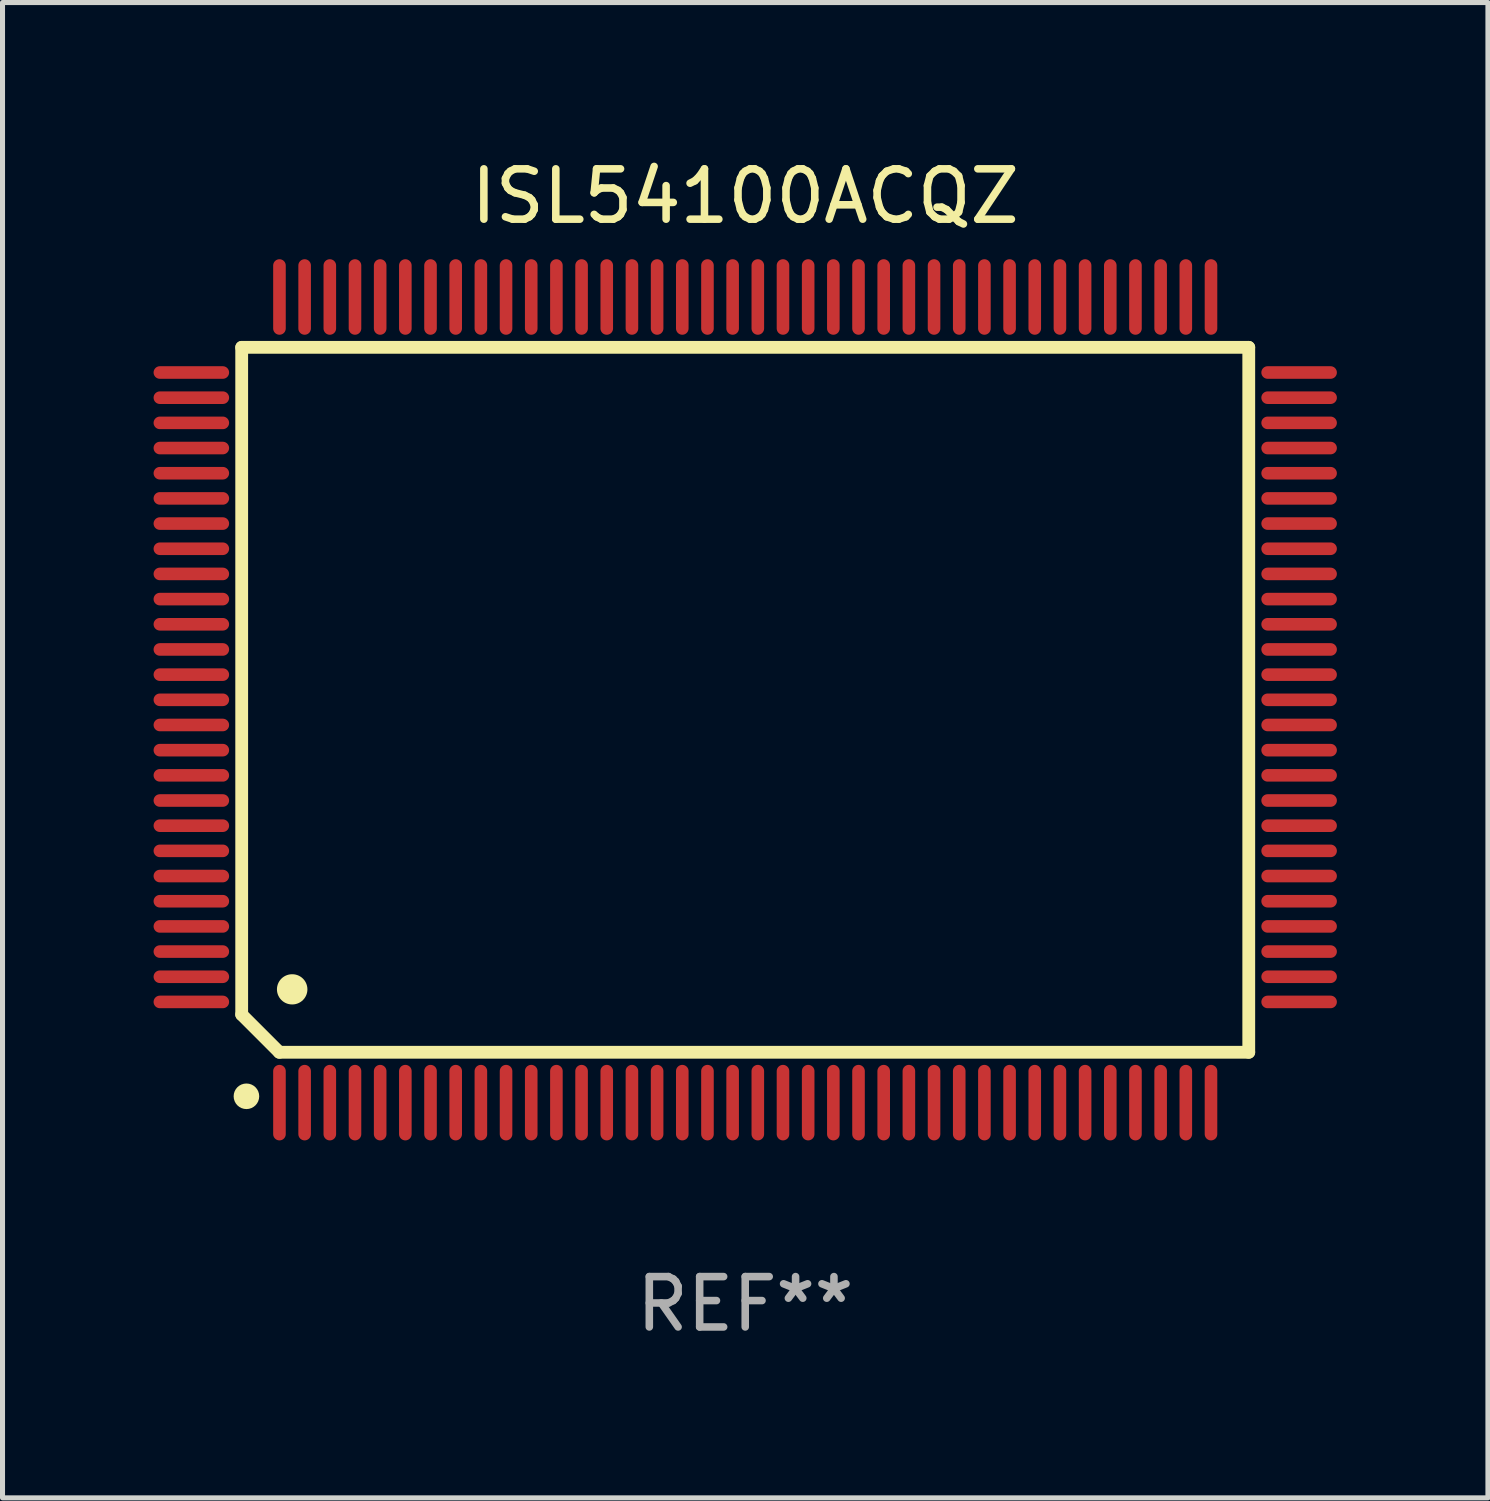
<source format=kicad_pcb>
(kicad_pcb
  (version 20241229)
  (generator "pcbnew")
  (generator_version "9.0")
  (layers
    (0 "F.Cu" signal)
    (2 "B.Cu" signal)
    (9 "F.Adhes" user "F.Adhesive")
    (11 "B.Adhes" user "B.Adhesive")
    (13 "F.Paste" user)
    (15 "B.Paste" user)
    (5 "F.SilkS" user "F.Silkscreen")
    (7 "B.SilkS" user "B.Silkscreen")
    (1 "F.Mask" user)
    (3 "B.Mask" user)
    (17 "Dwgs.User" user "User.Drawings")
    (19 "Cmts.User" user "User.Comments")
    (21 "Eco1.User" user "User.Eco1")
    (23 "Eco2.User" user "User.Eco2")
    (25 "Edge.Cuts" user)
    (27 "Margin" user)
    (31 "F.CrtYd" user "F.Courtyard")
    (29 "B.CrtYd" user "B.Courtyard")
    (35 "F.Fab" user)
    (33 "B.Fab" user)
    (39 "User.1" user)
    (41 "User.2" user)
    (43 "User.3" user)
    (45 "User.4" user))
  (footprint "ISL54100ACQZ"
    (layer "F.Cu")
    (at 11.75 10.848)
    (property "Reference" "ISL54100ACQZ" (at 0 -10 0) (layer "F.SilkS") (effects (font (size 1 1) (thickness 0.15))))
    (attr through_hole)
    (fp_line (start -10 -7) (end -10 6.25) (stroke (width 0.254) (type solid)) (layer "F.SilkS"))
    (fp_line (start -10 -7) (end 10 -7) (stroke (width 0.254) (type solid)) (layer "F.SilkS"))
    (fp_line (start -9.252 7) (end -10 6.252) (stroke (width 0.254) (type solid)) (layer "F.SilkS"))
    (fp_line (start 10 -7) (end 10 7) (stroke (width 0.254) (type solid)) (layer "F.SilkS"))
    (fp_line (start 10 7) (end -9.252 7) (stroke (width 0.254) (type solid)) (layer "F.SilkS"))
    (fp_arc (start -9.000025 5.750013) (mid -8.997485 5.750002) (end -8.994945 5.750013) (stroke (width 0.6) (type solid)) (layer "F.SilkS"))
    (fp_circle (center -9.906 7.874) (end -9.779 7.874) (stroke (width 0.254) (type solid)) (fill no) (layer "F.SilkS"))
    (fp_text user "REF**" (at 0 12 0) (layer "F.Fab") (effects (font (size 1 1) (thickness 0.15))))
    (pad "1" smd oval (at -9.25 8) (size 0.25 1.5) (layers "F.Cu" "F.Mask" "F.Paste"))
    (pad "2" smd oval (at -8.75 8) (size 0.25 1.5) (layers "F.Cu" "F.Mask" "F.Paste"))
    (pad "3" smd oval (at -8.25 8) (size 0.25 1.5) (layers "F.Cu" "F.Mask" "F.Paste"))
    (pad "4" smd oval (at -7.75 8) (size 0.25 1.5) (layers "F.Cu" "F.Mask" "F.Paste"))
    (pad "5" smd oval (at -7.25 8) (size 0.25 1.5) (layers "F.Cu" "F.Mask" "F.Paste"))
    (pad "6" smd oval (at -6.75 8) (size 0.25 1.5) (layers "F.Cu" "F.Mask" "F.Paste"))
    (pad "7" smd oval (at -6.25 8) (size 0.25 1.5) (layers "F.Cu" "F.Mask" "F.Paste"))
    (pad "8" smd oval (at -5.75 8) (size 0.25 1.5) (layers "F.Cu" "F.Mask" "F.Paste"))
    (pad "9" smd oval (at -5.25 8) (size 0.25 1.5) (layers "F.Cu" "F.Mask" "F.Paste"))
    (pad "10" smd oval (at -4.75 8) (size 0.25 1.5) (layers "F.Cu" "F.Mask" "F.Paste"))
    (pad "11" smd oval (at -4.25 8) (size 0.25 1.5) (layers "F.Cu" "F.Mask" "F.Paste"))
    (pad "12" smd oval (at -3.75 8) (size 0.25 1.5) (layers "F.Cu" "F.Mask" "F.Paste"))
    (pad "13" smd oval (at -3.25 8) (size 0.25 1.5) (layers "F.Cu" "F.Mask" "F.Paste"))
    (pad "14" smd oval (at -2.75 8) (size 0.25 1.5) (layers "F.Cu" "F.Mask" "F.Paste"))
    (pad "15" smd oval (at -2.25 8) (size 0.25 1.5) (layers "F.Cu" "F.Mask" "F.Paste"))
    (pad "16" smd oval (at -1.75 8) (size 0.25 1.5) (layers "F.Cu" "F.Mask" "F.Paste"))
    (pad "17" smd oval (at -1.25 8) (size 0.25 1.5) (layers "F.Cu" "F.Mask" "F.Paste"))
    (pad "18" smd oval (at -0.75 8) (size 0.25 1.5) (layers "F.Cu" "F.Mask" "F.Paste"))
    (pad "19" smd oval (at -0.25 8) (size 0.25 1.5) (layers "F.Cu" "F.Mask" "F.Paste"))
    (pad "20" smd oval (at 0.25 8) (size 0.25 1.5) (layers "F.Cu" "F.Mask" "F.Paste"))
    (pad "21" smd oval (at 0.75 8) (size 0.25 1.5) (layers "F.Cu" "F.Mask" "F.Paste"))
    (pad "22" smd oval (at 1.25 8) (size 0.25 1.5) (layers "F.Cu" "F.Mask" "F.Paste"))
    (pad "23" smd oval (at 1.75 8) (size 0.25 1.5) (layers "F.Cu" "F.Mask" "F.Paste"))
    (pad "24" smd oval (at 2.25 8) (size 0.25 1.5) (layers "F.Cu" "F.Mask" "F.Paste"))
    (pad "25" smd oval (at 2.75 8) (size 0.25 1.5) (layers "F.Cu" "F.Mask" "F.Paste"))
    (pad "26" smd oval (at 3.25 8) (size 0.25 1.5) (layers "F.Cu" "F.Mask" "F.Paste"))
    (pad "27" smd oval (at 3.75 8) (size 0.25 1.5) (layers "F.Cu" "F.Mask" "F.Paste"))
    (pad "28" smd oval (at 4.25 8) (size 0.25 1.5) (layers "F.Cu" "F.Mask" "F.Paste"))
    (pad "29" smd oval (at 4.75 8) (size 0.25 1.5) (layers "F.Cu" "F.Mask" "F.Paste"))
    (pad "30" smd oval (at 5.25 8) (size 0.25 1.5) (layers "F.Cu" "F.Mask" "F.Paste"))
    (pad "31" smd oval (at 5.75 8) (size 0.25 1.5) (layers "F.Cu" "F.Mask" "F.Paste"))
    (pad "32" smd oval (at 6.25 8) (size 0.25 1.5) (layers "F.Cu" "F.Mask" "F.Paste"))
    (pad "33" smd oval (at 6.75 8 180) (size 0.25 1.5) (layers "F.Cu" "F.Mask" "F.Paste"))
    (pad "34" smd oval (at 7.25 8 180) (size 0.25 1.5) (layers "F.Cu" "F.Mask" "F.Paste"))
    (pad "35" smd oval (at 7.75 8 180) (size 0.25 1.5) (layers "F.Cu" "F.Mask" "F.Paste"))
    (pad "36" smd oval (at 8.25 8 180) (size 0.25 1.5) (layers "F.Cu" "F.Mask" "F.Paste"))
    (pad "37" smd oval (at 8.75 8 180) (size 0.25 1.5) (layers "F.Cu" "F.Mask" "F.Paste"))
    (pad "38" smd oval (at 9.25 8 180) (size 0.25 1.5) (layers "F.Cu" "F.Mask" "F.Paste"))
    (pad "39" smd oval (at 11 6 270) (size 0.25 1.5) (layers "F.Cu" "F.Mask" "F.Paste"))
    (pad "40" smd oval (at 11 5.5 270) (size 0.25 1.5) (layers "F.Cu" "F.Mask" "F.Paste"))
    (pad "41" smd oval (at 11 5 270) (size 0.25 1.5) (layers "F.Cu" "F.Mask" "F.Paste"))
    (pad "42" smd oval (at 11 4.5 270) (size 0.25 1.5) (layers "F.Cu" "F.Mask" "F.Paste"))
    (pad "43" smd oval (at 11 4 270) (size 0.25 1.5) (layers "F.Cu" "F.Mask" "F.Paste"))
    (pad "44" smd oval (at 11 3.5 270) (size 0.25 1.5) (layers "F.Cu" "F.Mask" "F.Paste"))
    (pad "45" smd oval (at 11 3 270) (size 0.25 1.5) (layers "F.Cu" "F.Mask" "F.Paste"))
    (pad "46" smd oval (at 11 2.5 270) (size 0.25 1.5) (layers "F.Cu" "F.Mask" "F.Paste"))
    (pad "47" smd oval (at 11 2 270) (size 0.25 1.5) (layers "F.Cu" "F.Mask" "F.Paste"))
    (pad "48" smd oval (at 11 1.5 270) (size 0.25 1.5) (layers "F.Cu" "F.Mask" "F.Paste"))
    (pad "49" smd oval (at 11 1 270) (size 0.25 1.5) (layers "F.Cu" "F.Mask" "F.Paste"))
    (pad "50" smd oval (at 11 0.5 270) (size 0.25 1.5) (layers "F.Cu" "F.Mask" "F.Paste"))
    (pad "51" smd oval (at 11 0 270) (size 0.25 1.5) (layers "F.Cu" "F.Mask" "F.Paste"))
    (pad "52" smd oval (at 11 -0.5 270) (size 0.25 1.5) (layers "F.Cu" "F.Mask" "F.Paste"))
    (pad "53" smd oval (at 11 -1 270) (size 0.25 1.5) (layers "F.Cu" "F.Mask" "F.Paste"))
    (pad "54" smd oval (at 11 -1.5 270) (size 0.25 1.5) (layers "F.Cu" "F.Mask" "F.Paste"))
    (pad "55" smd oval (at 11 -2 270) (size 0.25 1.5) (layers "F.Cu" "F.Mask" "F.Paste"))
    (pad "56" smd oval (at 11 -2.5 270) (size 0.25 1.5) (layers "F.Cu" "F.Mask" "F.Paste"))
    (pad "57" smd oval (at 11 -3 270) (size 0.25 1.5) (layers "F.Cu" "F.Mask" "F.Paste"))
    (pad "58" smd oval (at 11 -3.5 270) (size 0.25 1.5) (layers "F.Cu" "F.Mask" "F.Paste"))
    (pad "59" smd oval (at 11 -4 270) (size 0.25 1.5) (layers "F.Cu" "F.Mask" "F.Paste"))
    (pad "60" smd oval (at 11 -4.5 270) (size 0.25 1.5) (layers "F.Cu" "F.Mask" "F.Paste"))
    (pad "61" smd oval (at 11 -5 270) (size 0.25 1.5) (layers "F.Cu" "F.Mask" "F.Paste"))
    (pad "62" smd oval (at 11 -5.5 270) (size 0.25 1.5) (layers "F.Cu" "F.Mask" "F.Paste"))
    (pad "63" smd oval (at 11 -6 270) (size 0.25 1.5) (layers "F.Cu" "F.Mask" "F.Paste"))
    (pad "64" smd oval (at 11 -6.5 270) (size 0.25 1.5) (layers "F.Cu" "F.Mask" "F.Paste"))
    (pad "65" smd oval (at 9.25 -8 180) (size 0.25 1.5) (layers "F.Cu" "F.Mask" "F.Paste"))
    (pad "66" smd oval (at 8.75 -8 180) (size 0.25 1.5) (layers "F.Cu" "F.Mask" "F.Paste"))
    (pad "67" smd oval (at 8.25 -8 180) (size 0.25 1.5) (layers "F.Cu" "F.Mask" "F.Paste"))
    (pad "68" smd oval (at 7.75 -8 180) (size 0.25 1.5) (layers "F.Cu" "F.Mask" "F.Paste"))
    (pad "69" smd oval (at 7.25 -8 180) (size 0.25 1.5) (layers "F.Cu" "F.Mask" "F.Paste"))
    (pad "70" smd oval (at 6.75 -8 180) (size 0.25 1.5) (layers "F.Cu" "F.Mask" "F.Paste"))
    (pad "71" smd oval (at 6.25 -8 180) (size 0.25 1.5) (layers "F.Cu" "F.Mask" "F.Paste"))
    (pad "72" smd oval (at 5.75 -8 180) (size 0.25 1.5) (layers "F.Cu" "F.Mask" "F.Paste"))
    (pad "73" smd oval (at 5.25 -8 180) (size 0.25 1.5) (layers "F.Cu" "F.Mask" "F.Paste"))
    (pad "74" smd oval (at 4.75 -8 180) (size 0.25 1.5) (layers "F.Cu" "F.Mask" "F.Paste"))
    (pad "75" smd oval (at 4.25 -8 180) (size 0.25 1.5) (layers "F.Cu" "F.Mask" "F.Paste"))
    (pad "76" smd oval (at 3.75 -8 180) (size 0.25 1.5) (layers "F.Cu" "F.Mask" "F.Paste"))
    (pad "77" smd oval (at 3.25 -8 180) (size 0.25 1.5) (layers "F.Cu" "F.Mask" "F.Paste"))
    (pad "78" smd oval (at 2.75 -8 180) (size 0.25 1.5) (layers "F.Cu" "F.Mask" "F.Paste"))
    (pad "79" smd oval (at 2.25 -8 180) (size 0.25 1.5) (layers "F.Cu" "F.Mask" "F.Paste"))
    (pad "80" smd oval (at 1.75 -8 180) (size 0.25 1.5) (layers "F.Cu" "F.Mask" "F.Paste"))
    (pad "81" smd oval (at 1.25 -8 180) (size 0.25 1.5) (layers "F.Cu" "F.Mask" "F.Paste"))
    (pad "82" smd oval (at 0.75 -8 180) (size 0.25 1.5) (layers "F.Cu" "F.Mask" "F.Paste"))
    (pad "83" smd oval (at 0.25 -8 180) (size 0.25 1.5) (layers "F.Cu" "F.Mask" "F.Paste"))
    (pad "84" smd oval (at -0.25 -8 180) (size 0.25 1.5) (layers "F.Cu" "F.Mask" "F.Paste"))
    (pad "85" smd oval (at -0.75 -8 180) (size 0.25 1.5) (layers "F.Cu" "F.Mask" "F.Paste"))
    (pad "86" smd oval (at -1.25 -8 180) (size 0.25 1.5) (layers "F.Cu" "F.Mask" "F.Paste"))
    (pad "87" smd oval (at -1.75 -8 180) (size 0.25 1.5) (layers "F.Cu" "F.Mask" "F.Paste"))
    (pad "88" smd oval (at -2.25 -8 180) (size 0.25 1.5) (layers "F.Cu" "F.Mask" "F.Paste"))
    (pad "89" smd oval (at -2.75 -8 180) (size 0.25 1.5) (layers "F.Cu" "F.Mask" "F.Paste"))
    (pad "90" smd oval (at -3.25 -8 180) (size 0.25 1.5) (layers "F.Cu" "F.Mask" "F.Paste"))
    (pad "91" smd oval (at -3.75 -8 180) (size 0.25 1.5) (layers "F.Cu" "F.Mask" "F.Paste"))
    (pad "92" smd oval (at -4.25 -8 180) (size 0.25 1.5) (layers "F.Cu" "F.Mask" "F.Paste"))
    (pad "93" smd oval (at -4.75 -8 180) (size 0.25 1.5) (layers "F.Cu" "F.Mask" "F.Paste"))
    (pad "94" smd oval (at -5.25 -8 180) (size 0.25 1.5) (layers "F.Cu" "F.Mask" "F.Paste"))
    (pad "95" smd oval (at -5.75 -8 180) (size 0.25 1.5) (layers "F.Cu" "F.Mask" "F.Paste"))
    (pad "96" smd oval (at -6.25 -8 180) (size 0.25 1.5) (layers "F.Cu" "F.Mask" "F.Paste"))
    (pad "97" smd oval (at -6.75 -8 180) (size 0.25 1.5) (layers "F.Cu" "F.Mask" "F.Paste"))
    (pad "98" smd oval (at -7.25 -8 180) (size 0.25 1.5) (layers "F.Cu" "F.Mask" "F.Paste"))
    (pad "99" smd oval (at -7.75 -8 180) (size 0.25 1.5) (layers "F.Cu" "F.Mask" "F.Paste"))
    (pad "100" smd oval (at -8.25 -8 180) (size 0.25 1.5) (layers "F.Cu" "F.Mask" "F.Paste"))
    (pad "101" smd oval (at -8.75 -8 180) (size 0.25 1.5) (layers "F.Cu" "F.Mask" "F.Paste"))
    (pad "102" smd oval (at -9.25 -8) (size 0.25 1.5) (layers "F.Cu" "F.Mask" "F.Paste"))
    (pad "103" smd oval (at -11 -6.5 270) (size 0.25 1.5) (layers "F.Cu" "F.Mask" "F.Paste"))
    (pad "104" smd oval (at -11 -6 270) (size 0.25 1.5) (layers "F.Cu" "F.Mask" "F.Paste"))
    (pad "105" smd oval (at -11 -5.5 270) (size 0.25 1.5) (layers "F.Cu" "F.Mask" "F.Paste"))
    (pad "106" smd oval (at -11 -5 270) (size 0.25 1.5) (layers "F.Cu" "F.Mask" "F.Paste"))
    (pad "107" smd oval (at -11 -4.5 270) (size 0.25 1.5) (layers "F.Cu" "F.Mask" "F.Paste"))
    (pad "108" smd oval (at -11 -4 270) (size 0.25 1.5) (layers "F.Cu" "F.Mask" "F.Paste"))
    (pad "109" smd oval (at -11 -3.5 270) (size 0.25 1.5) (layers "F.Cu" "F.Mask" "F.Paste"))
    (pad "110" smd oval (at -11 -3 270) (size 0.25 1.5) (layers "F.Cu" "F.Mask" "F.Paste"))
    (pad "111" smd oval (at -11 -2.5 270) (size 0.25 1.5) (layers "F.Cu" "F.Mask" "F.Paste"))
    (pad "112" smd oval (at -11 -2 270) (size 0.25 1.5) (layers "F.Cu" "F.Mask" "F.Paste"))
    (pad "113" smd oval (at -11 -1.5 270) (size 0.25 1.5) (layers "F.Cu" "F.Mask" "F.Paste"))
    (pad "114" smd oval (at -11 -1 270) (size 0.25 1.5) (layers "F.Cu" "F.Mask" "F.Paste"))
    (pad "115" smd oval (at -11 -0.5 270) (size 0.25 1.5) (layers "F.Cu" "F.Mask" "F.Paste"))
    (pad "116" smd oval (at -11 0 270) (size 0.25 1.5) (layers "F.Cu" "F.Mask" "F.Paste"))
    (pad "117" smd oval (at -11 0.5 270) (size 0.25 1.5) (layers "F.Cu" "F.Mask" "F.Paste"))
    (pad "118" smd oval (at -11 1 270) (size 0.25 1.5) (layers "F.Cu" "F.Mask" "F.Paste"))
    (pad "119" smd oval (at -11 1.5 270) (size 0.25 1.5) (layers "F.Cu" "F.Mask" "F.Paste"))
    (pad "120" smd oval (at -11 2 270) (size 0.25 1.5) (layers "F.Cu" "F.Mask" "F.Paste"))
    (pad "121" smd oval (at -11 2.5 270) (size 0.25 1.5) (layers "F.Cu" "F.Mask" "F.Paste"))
    (pad "122" smd oval (at -11 3 270) (size 0.25 1.5) (layers "F.Cu" "F.Mask" "F.Paste"))
    (pad "123" smd oval (at -11 3.5 270) (size 0.25 1.5) (layers "F.Cu" "F.Mask" "F.Paste"))
    (pad "124" smd oval (at -11 4 270) (size 0.25 1.5) (layers "F.Cu" "F.Mask" "F.Paste"))
    (pad "125" smd oval (at -11 4.5 270) (size 0.25 1.5) (layers "F.Cu" "F.Mask" "F.Paste"))
    (pad "126" smd oval (at -11 5 270) (size 0.25 1.5) (layers "F.Cu" "F.Mask" "F.Paste"))
    (pad "127" smd oval (at -11 5.5 270) (size 0.25 1.5) (layers "F.Cu" "F.Mask" "F.Paste"))
    (pad "128" smd oval (at -11 6 270) (size 0.25 1.5) (layers "F.Cu" "F.Mask" "F.Paste")))
  (gr_rect
    (start -3 -3)
    (end 26.5 26.697)
    (stroke (width 0.1) (type default))
    (fill no)
    (layer "Edge.Cuts")))
</source>
